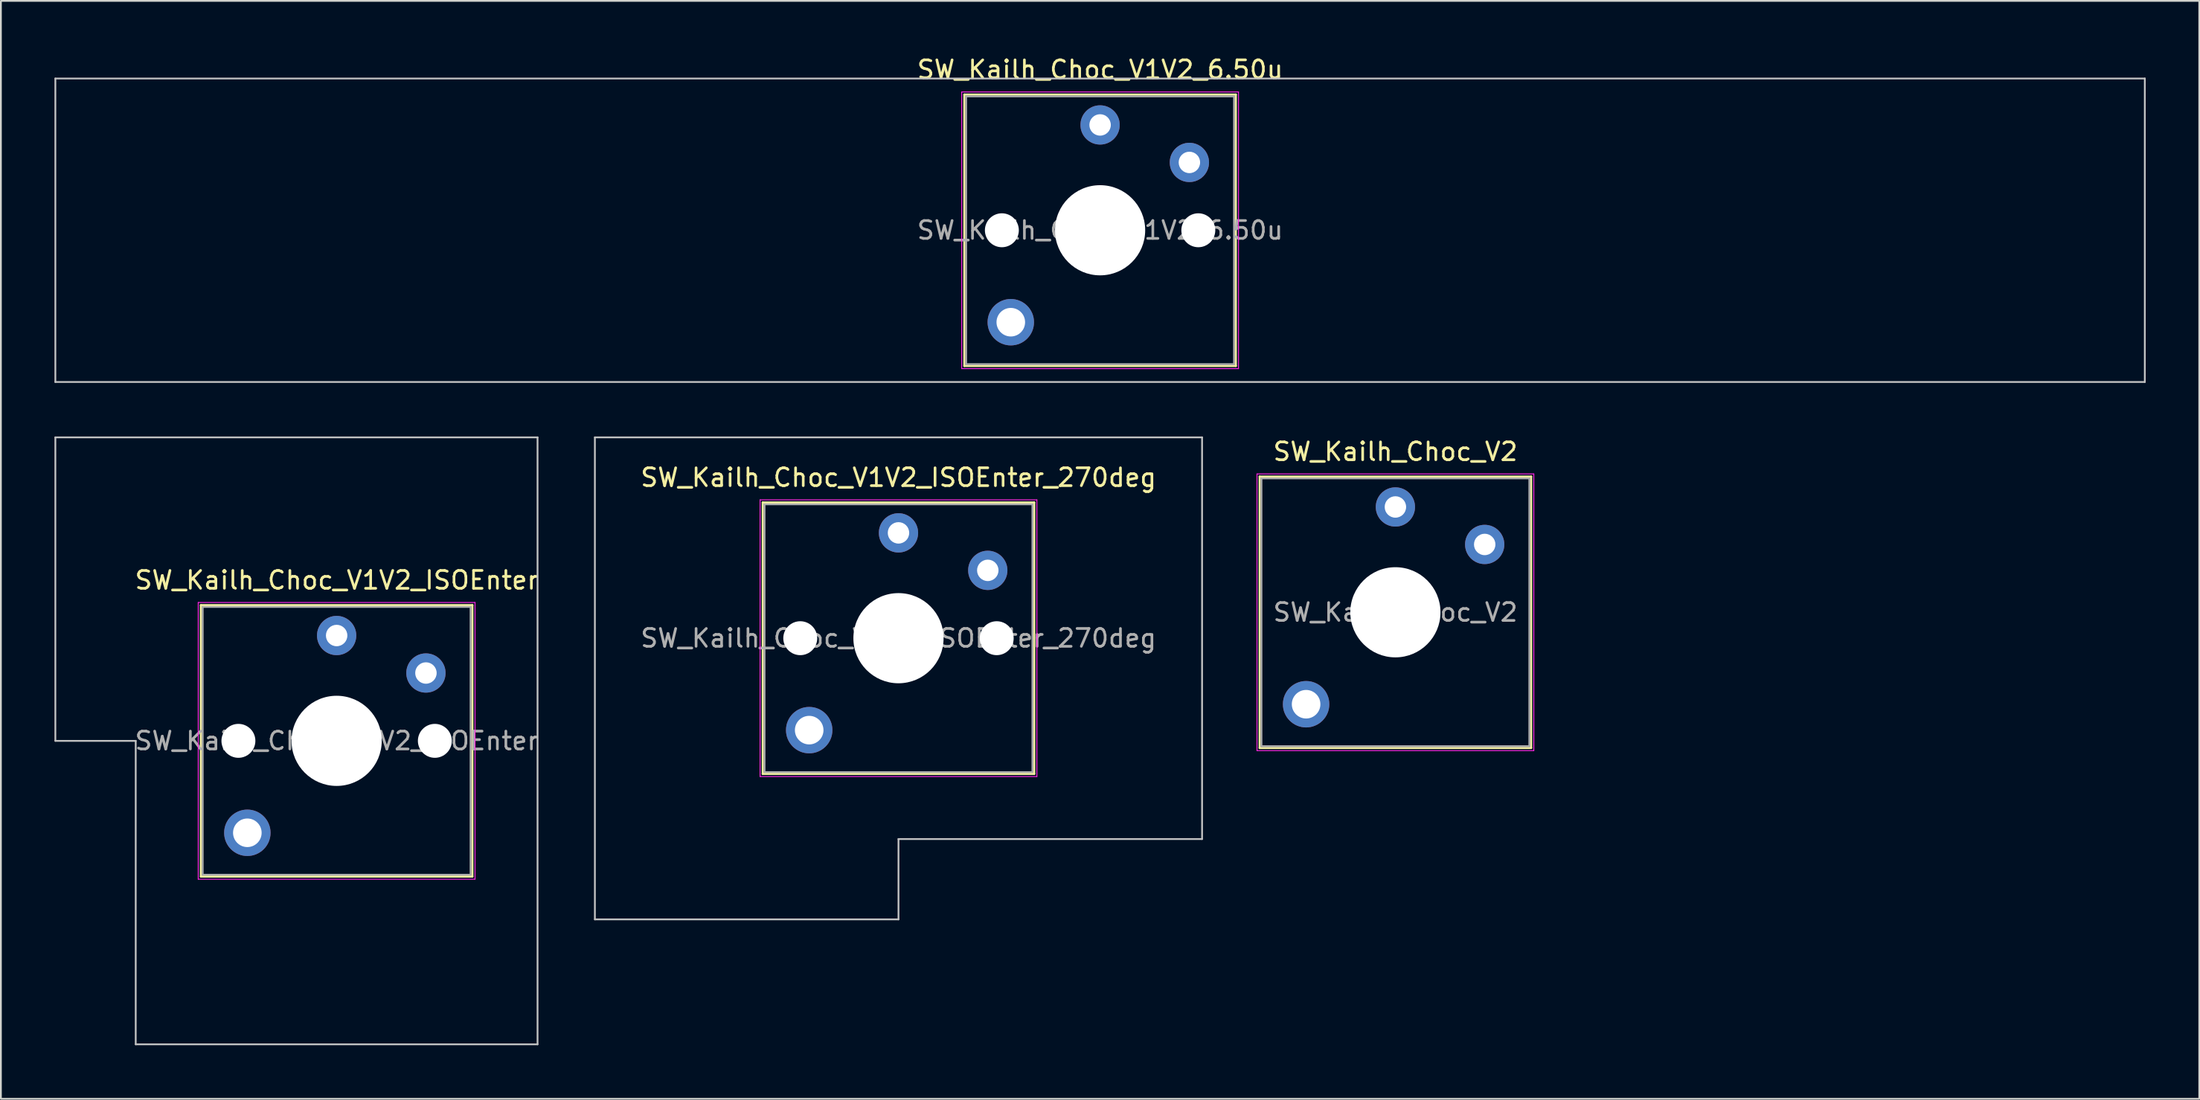
<source format=kicad_pcb>
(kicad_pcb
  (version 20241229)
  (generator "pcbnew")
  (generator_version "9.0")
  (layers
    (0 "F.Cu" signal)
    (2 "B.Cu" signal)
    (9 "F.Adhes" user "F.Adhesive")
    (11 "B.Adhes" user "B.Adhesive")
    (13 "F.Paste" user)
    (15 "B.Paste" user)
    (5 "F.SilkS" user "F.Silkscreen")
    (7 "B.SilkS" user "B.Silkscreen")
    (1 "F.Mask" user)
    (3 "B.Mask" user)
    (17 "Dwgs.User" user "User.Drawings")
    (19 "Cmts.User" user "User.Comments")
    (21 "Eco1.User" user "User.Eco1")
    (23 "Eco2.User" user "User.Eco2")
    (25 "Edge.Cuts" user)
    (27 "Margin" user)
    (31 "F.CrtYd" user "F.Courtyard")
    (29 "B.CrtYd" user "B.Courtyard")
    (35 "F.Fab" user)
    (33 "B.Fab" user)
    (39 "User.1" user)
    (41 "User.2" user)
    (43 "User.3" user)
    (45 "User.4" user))
  (footprint "SW_Kailh_Choc_V1V2_ISOEnter_270deg"
    (layer "F.Cu")
    (at 47.261 32.698)
    (property "Reference" "SW_Kailh_Choc_V1V2_ISOEnter_270deg" (at 0 -9 0) (layer "F.SilkS") (effects (font (size 1 1) (thickness 0.15))))
    (attr through_hole)
    (fp_line (start -7.6 -7.6) (end -7.6 7.6) (stroke (width 0.12) (type solid)) (layer "F.SilkS"))
    (fp_line (start -7.6 7.6) (end 7.6 7.6) (stroke (width 0.12) (type solid)) (layer "F.SilkS"))
    (fp_line (start 7.6 -7.6) (end -7.6 -7.6) (stroke (width 0.12) (type solid)) (layer "F.SilkS"))
    (fp_line (start 7.6 7.6) (end 7.6 -7.6) (stroke (width 0.12) (type solid)) (layer "F.SilkS"))
    (fp_line (start -17 -11.25) (end -17 15.75) (stroke (width 0.1) (type solid)) (layer "Dwgs.User"))
    (fp_line (start -17 15.75) (end 0 15.75) (stroke (width 0.1) (type solid)) (layer "Dwgs.User"))
    (fp_line (start 0 11.25) (end 17 11.25) (stroke (width 0.1) (type solid)) (layer "Dwgs.User"))
    (fp_line (start 0 15.75) (end 0 11.25) (stroke (width 0.1) (type solid)) (layer "Dwgs.User"))
    (fp_line (start 17 -11.25) (end -17 -11.25) (stroke (width 0.1) (type solid)) (layer "Dwgs.User"))
    (fp_line (start 17 11.25) (end 17 -11.25) (stroke (width 0.1) (type solid)) (layer "Dwgs.User"))
    (fp_line (start -7.25 -7.25) (end -7.25 7.25) (stroke (width 0.1) (type solid)) (layer "Eco1.User"))
    (fp_line (start -7.25 7.25) (end 7.25 7.25) (stroke (width 0.1) (type solid)) (layer "Eco1.User"))
    (fp_line (start 7.25 -7.25) (end -7.25 -7.25) (stroke (width 0.1) (type solid)) (layer "Eco1.User"))
    (fp_line (start 7.25 7.25) (end 7.25 -7.25) (stroke (width 0.1) (type solid)) (layer "Eco1.User"))
    (fp_line (start -7.75 -7.75) (end -7.75 7.75) (stroke (width 0.05) (type solid)) (layer "F.CrtYd"))
    (fp_line (start -7.75 7.75) (end 7.75 7.75) (stroke (width 0.05) (type solid)) (layer "F.CrtYd"))
    (fp_line (start 7.75 -7.75) (end -7.75 -7.75) (stroke (width 0.05) (type solid)) (layer "F.CrtYd"))
    (fp_line (start 7.75 7.75) (end 7.75 -7.75) (stroke (width 0.05) (type solid)) (layer "F.CrtYd"))
    (fp_line (start -7.5 -7.5) (end -7.5 7.5) (stroke (width 0.1) (type solid)) (layer "F.Fab"))
    (fp_line (start -7.5 7.5) (end 7.5 7.5) (stroke (width 0.1) (type solid)) (layer "F.Fab"))
    (fp_line (start 7.5 -7.5) (end -7.5 -7.5) (stroke (width 0.1) (type solid)) (layer "F.Fab"))
    (fp_line (start 7.5 7.5) (end 7.5 -7.5) (stroke (width 0.1) (type solid)) (layer "F.Fab"))
    (fp_text user "${REFERENCE}" (at 0 0 0) (layer "F.Fab") (effects (font (size 1 1) (thickness 0.15))))
    (pad "" np_thru_hole circle (at -5.5 0) (size 1.9 1.9) (drill 1.9) (layers "*.Cu" "*.Mask"))
    (pad "" smd circle (at -5 5.15) (size 1.65 1.65) (layers "F.Mask"))
    (pad "" thru_hole circle (at -5 5.15) (size 2.6 2.6) (drill 1.6) (layers "*.Cu" "B.Mask"))
    (pad "" smd circle (at 0 -5.9) (size 1.25 1.25) (layers "F.Mask"))
    (pad "" np_thru_hole circle (at 0 0) (size 5.05 5.05) (drill 5.05) (layers "*.Cu" "*.Mask"))
    (pad "" smd circle (at 5 -3.8) (size 1.25 1.25) (layers "F.Mask"))
    (pad "" np_thru_hole circle (at 5.5 0) (size 1.9 1.9) (drill 1.9) (layers "*.Cu" "*.Mask"))
    (pad "1" thru_hole circle (at 0 -5.9) (size 2.2 2.2) (drill 1.2) (layers "*.Cu" "B.Mask"))
    (pad "2" thru_hole circle (at 5 -3.8) (size 2.2 2.2) (drill 1.2) (layers "*.Cu" "B.Mask")))
  (footprint "SW_Kailh_Choc_V1V2_6.50u"
    (layer "F.Cu")
    (at 58.55 9.848)
    (property "Reference" "SW_Kailh_Choc_V1V2_6.50u" (at 0 -9 0) (layer "F.SilkS") (effects (font (size 1 1) (thickness 0.15))))
    (attr through_hole)
    (fp_line (start -7.6 -7.6) (end -7.6 7.6) (stroke (width 0.12) (type solid)) (layer "F.SilkS"))
    (fp_line (start -7.6 7.6) (end 7.6 7.6) (stroke (width 0.12) (type solid)) (layer "F.SilkS"))
    (fp_line (start 7.6 -7.6) (end -7.6 -7.6) (stroke (width 0.12) (type solid)) (layer "F.SilkS"))
    (fp_line (start 7.6 7.6) (end 7.6 -7.6) (stroke (width 0.12) (type solid)) (layer "F.SilkS"))
    (fp_line (start -58.5 -8.5) (end -58.5 8.5) (stroke (width 0.1) (type solid)) (layer "Dwgs.User"))
    (fp_line (start -58.5 8.5) (end 58.5 8.5) (stroke (width 0.1) (type solid)) (layer "Dwgs.User"))
    (fp_line (start 58.5 -8.5) (end -58.5 -8.5) (stroke (width 0.1) (type solid)) (layer "Dwgs.User"))
    (fp_line (start 58.5 8.5) (end 58.5 -8.5) (stroke (width 0.1) (type solid)) (layer "Dwgs.User"))
    (fp_line (start -7.25 -7.25) (end -7.25 7.25) (stroke (width 0.1) (type solid)) (layer "Eco1.User"))
    (fp_line (start -7.25 7.25) (end 7.25 7.25) (stroke (width 0.1) (type solid)) (layer "Eco1.User"))
    (fp_line (start 7.25 -7.25) (end -7.25 -7.25) (stroke (width 0.1) (type solid)) (layer "Eco1.User"))
    (fp_line (start 7.25 7.25) (end 7.25 -7.25) (stroke (width 0.1) (type solid)) (layer "Eco1.User"))
    (fp_line (start -7.75 -7.75) (end -7.75 7.75) (stroke (width 0.05) (type solid)) (layer "F.CrtYd"))
    (fp_line (start -7.75 7.75) (end 7.75 7.75) (stroke (width 0.05) (type solid)) (layer "F.CrtYd"))
    (fp_line (start 7.75 -7.75) (end -7.75 -7.75) (stroke (width 0.05) (type solid)) (layer "F.CrtYd"))
    (fp_line (start 7.75 7.75) (end 7.75 -7.75) (stroke (width 0.05) (type solid)) (layer "F.CrtYd"))
    (fp_line (start -7.5 -7.5) (end -7.5 7.5) (stroke (width 0.1) (type solid)) (layer "F.Fab"))
    (fp_line (start -7.5 7.5) (end 7.5 7.5) (stroke (width 0.1) (type solid)) (layer "F.Fab"))
    (fp_line (start 7.5 -7.5) (end -7.5 -7.5) (stroke (width 0.1) (type solid)) (layer "F.Fab"))
    (fp_line (start 7.5 7.5) (end 7.5 -7.5) (stroke (width 0.1) (type solid)) (layer "F.Fab"))
    (fp_text user "${REFERENCE}" (at 0 0 0) (layer "F.Fab") (effects (font (size 1 1) (thickness 0.15))))
    (pad "" np_thru_hole circle (at -5.5 0) (size 1.9 1.9) (drill 1.9) (layers "*.Cu" "*.Mask"))
    (pad "" smd circle (at -5 5.15) (size 1.65 1.65) (layers "F.Mask"))
    (pad "" thru_hole circle (at -5 5.15) (size 2.6 2.6) (drill 1.6) (layers "*.Cu" "B.Mask"))
    (pad "" smd circle (at 0 -5.9) (size 1.25 1.25) (layers "F.Mask"))
    (pad "" np_thru_hole circle (at 0 0) (size 5.05 5.05) (drill 5.05) (layers "*.Cu" "*.Mask"))
    (pad "" smd circle (at 5 -3.8) (size 1.25 1.25) (layers "F.Mask"))
    (pad "" np_thru_hole circle (at 5.5 0) (size 1.9 1.9) (drill 1.9) (layers "*.Cu" "*.Mask"))
    (pad "1" thru_hole circle (at 0 -5.9) (size 2.2 2.2) (drill 1.2) (layers "*.Cu" "B.Mask"))
    (pad "2" thru_hole circle (at 5 -3.8) (size 2.2 2.2) (drill 1.2) (layers "*.Cu" "B.Mask")))
  (footprint "SW_Kailh_Choc_V1V2_ISOEnter"
    (layer "F.Cu")
    (at 15.8 38.448)
    (property "Reference" "SW_Kailh_Choc_V1V2_ISOEnter" (at 0 -9 0) (layer "F.SilkS") (effects (font (size 1 1) (thickness 0.15))))
    (attr through_hole)
    (fp_line (start -7.6 -7.6) (end -7.6 7.6) (stroke (width 0.12) (type solid)) (layer "F.SilkS"))
    (fp_line (start -7.6 7.6) (end 7.6 7.6) (stroke (width 0.12) (type solid)) (layer "F.SilkS"))
    (fp_line (start 7.6 -7.6) (end -7.6 -7.6) (stroke (width 0.12) (type solid)) (layer "F.SilkS"))
    (fp_line (start 7.6 7.6) (end 7.6 -7.6) (stroke (width 0.12) (type solid)) (layer "F.SilkS"))
    (fp_line (start -15.75 -17) (end -15.75 0) (stroke (width 0.1) (type solid)) (layer "Dwgs.User"))
    (fp_line (start -15.75 0) (end -11.25 0) (stroke (width 0.1) (type solid)) (layer "Dwgs.User"))
    (fp_line (start -11.25 0) (end -11.25 17) (stroke (width 0.1) (type solid)) (layer "Dwgs.User"))
    (fp_line (start -11.25 17) (end 11.25 17) (stroke (width 0.1) (type solid)) (layer "Dwgs.User"))
    (fp_line (start 11.25 -17) (end -15.75 -17) (stroke (width 0.1) (type solid)) (layer "Dwgs.User"))
    (fp_line (start 11.25 17) (end 11.25 -17) (stroke (width 0.1) (type solid)) (layer "Dwgs.User"))
    (fp_line (start -7.25 -7.25) (end -7.25 7.25) (stroke (width 0.1) (type solid)) (layer "Eco1.User"))
    (fp_line (start -7.25 7.25) (end 7.25 7.25) (stroke (width 0.1) (type solid)) (layer "Eco1.User"))
    (fp_line (start 7.25 -7.25) (end -7.25 -7.25) (stroke (width 0.1) (type solid)) (layer "Eco1.User"))
    (fp_line (start 7.25 7.25) (end 7.25 -7.25) (stroke (width 0.1) (type solid)) (layer "Eco1.User"))
    (fp_line (start -7.75 -7.75) (end -7.75 7.75) (stroke (width 0.05) (type solid)) (layer "F.CrtYd"))
    (fp_line (start -7.75 7.75) (end 7.75 7.75) (stroke (width 0.05) (type solid)) (layer "F.CrtYd"))
    (fp_line (start 7.75 -7.75) (end -7.75 -7.75) (stroke (width 0.05) (type solid)) (layer "F.CrtYd"))
    (fp_line (start 7.75 7.75) (end 7.75 -7.75) (stroke (width 0.05) (type solid)) (layer "F.CrtYd"))
    (fp_line (start -7.5 -7.5) (end -7.5 7.5) (stroke (width 0.1) (type solid)) (layer "F.Fab"))
    (fp_line (start -7.5 7.5) (end 7.5 7.5) (stroke (width 0.1) (type solid)) (layer "F.Fab"))
    (fp_line (start 7.5 -7.5) (end -7.5 -7.5) (stroke (width 0.1) (type solid)) (layer "F.Fab"))
    (fp_line (start 7.5 7.5) (end 7.5 -7.5) (stroke (width 0.1) (type solid)) (layer "F.Fab"))
    (fp_text user "${REFERENCE}" (at 0 0 0) (layer "F.Fab") (effects (font (size 1 1) (thickness 0.15))))
    (pad "" np_thru_hole circle (at -5.5 0) (size 1.9 1.9) (drill 1.9) (layers "*.Cu" "*.Mask"))
    (pad "" smd circle (at -5 5.15) (size 1.65 1.65) (layers "F.Mask"))
    (pad "" thru_hole circle (at -5 5.15) (size 2.6 2.6) (drill 1.6) (layers "*.Cu" "B.Mask"))
    (pad "" smd circle (at 0 -5.9) (size 1.25 1.25) (layers "F.Mask"))
    (pad "" np_thru_hole circle (at 0 0) (size 5.05 5.05) (drill 5.05) (layers "*.Cu" "*.Mask"))
    (pad "" smd circle (at 5 -3.8) (size 1.25 1.25) (layers "F.Mask"))
    (pad "" np_thru_hole circle (at 5.5 0) (size 1.9 1.9) (drill 1.9) (layers "*.Cu" "*.Mask"))
    (pad "1" thru_hole circle (at 0 -5.9) (size 2.2 2.2) (drill 1.2) (layers "*.Cu" "B.Mask"))
    (pad "2" thru_hole circle (at 5 -3.8) (size 2.2 2.2) (drill 1.2) (layers "*.Cu" "B.Mask")))
  (footprint "SW_Kailh_Choc_V2"
    (layer "F.Cu")
    (at 75.086 31.247)
    (property "Reference" "SW_Kailh_Choc_V2" (at 0 -9 0) (layer "F.SilkS") (effects (font (size 1 1) (thickness 0.15))))
    (attr through_hole)
    (fp_line (start -7.6 -7.6) (end -7.6 7.6) (stroke (width 0.12) (type solid)) (layer "F.SilkS"))
    (fp_line (start -7.6 7.6) (end 7.6 7.6) (stroke (width 0.12) (type solid)) (layer "F.SilkS"))
    (fp_line (start 7.6 -7.6) (end -7.6 -7.6) (stroke (width 0.12) (type solid)) (layer "F.SilkS"))
    (fp_line (start 7.6 7.6) (end 7.6 -7.6) (stroke (width 0.12) (type solid)) (layer "F.SilkS"))
    (fp_line (start -7.25 -7.25) (end -7.25 7.25) (stroke (width 0.1) (type solid)) (layer "Eco1.User"))
    (fp_line (start -7.25 7.25) (end 7.25 7.25) (stroke (width 0.1) (type solid)) (layer "Eco1.User"))
    (fp_line (start 7.25 -7.25) (end -7.25 -7.25) (stroke (width 0.1) (type solid)) (layer "Eco1.User"))
    (fp_line (start 7.25 7.25) (end 7.25 -7.25) (stroke (width 0.1) (type solid)) (layer "Eco1.User"))
    (fp_line (start -7.75 -7.75) (end -7.75 7.75) (stroke (width 0.05) (type solid)) (layer "F.CrtYd"))
    (fp_line (start -7.75 7.75) (end 7.75 7.75) (stroke (width 0.05) (type solid)) (layer "F.CrtYd"))
    (fp_line (start 7.75 -7.75) (end -7.75 -7.75) (stroke (width 0.05) (type solid)) (layer "F.CrtYd"))
    (fp_line (start 7.75 7.75) (end 7.75 -7.75) (stroke (width 0.05) (type solid)) (layer "F.CrtYd"))
    (fp_line (start -7.5 -7.5) (end -7.5 7.5) (stroke (width 0.1) (type solid)) (layer "F.Fab"))
    (fp_line (start -7.5 7.5) (end 7.5 7.5) (stroke (width 0.1) (type solid)) (layer "F.Fab"))
    (fp_line (start 7.5 -7.5) (end -7.5 -7.5) (stroke (width 0.1) (type solid)) (layer "F.Fab"))
    (fp_line (start 7.5 7.5) (end 7.5 -7.5) (stroke (width 0.1) (type solid)) (layer "F.Fab"))
    (fp_text user "${REFERENCE}" (at 0 0 0) (layer "F.Fab") (effects (font (size 1 1) (thickness 0.15))))
    (pad "" smd circle (at -5 5.15) (size 1.65 1.65) (layers "F.Mask"))
    (pad "" thru_hole circle (at -5 5.15) (size 2.6 2.6) (drill 1.6) (layers "*.Cu" "B.Mask"))
    (pad "" smd circle (at 0 -5.9) (size 1.25 1.25) (layers "F.Mask"))
    (pad "" np_thru_hole circle (at 0 0) (size 5.05 5.05) (drill 5.05) (layers "*.Cu" "*.Mask"))
    (pad "" smd circle (at 5 -3.8) (size 1.25 1.25) (layers "F.Mask"))
    (pad "1" thru_hole circle (at 0 -5.9) (size 2.2 2.2) (drill 1.2) (layers "*.Cu" "B.Mask"))
    (pad "2" thru_hole circle (at 5 -3.8) (size 2.2 2.2) (drill 1.2) (layers "*.Cu" "B.Mask")))
  (gr_rect
    (start -3 -3)
    (end 120.1 58.498)
    (stroke (width 0.1) (type default))
    (fill no)
    (layer "Edge.Cuts")))
</source>
